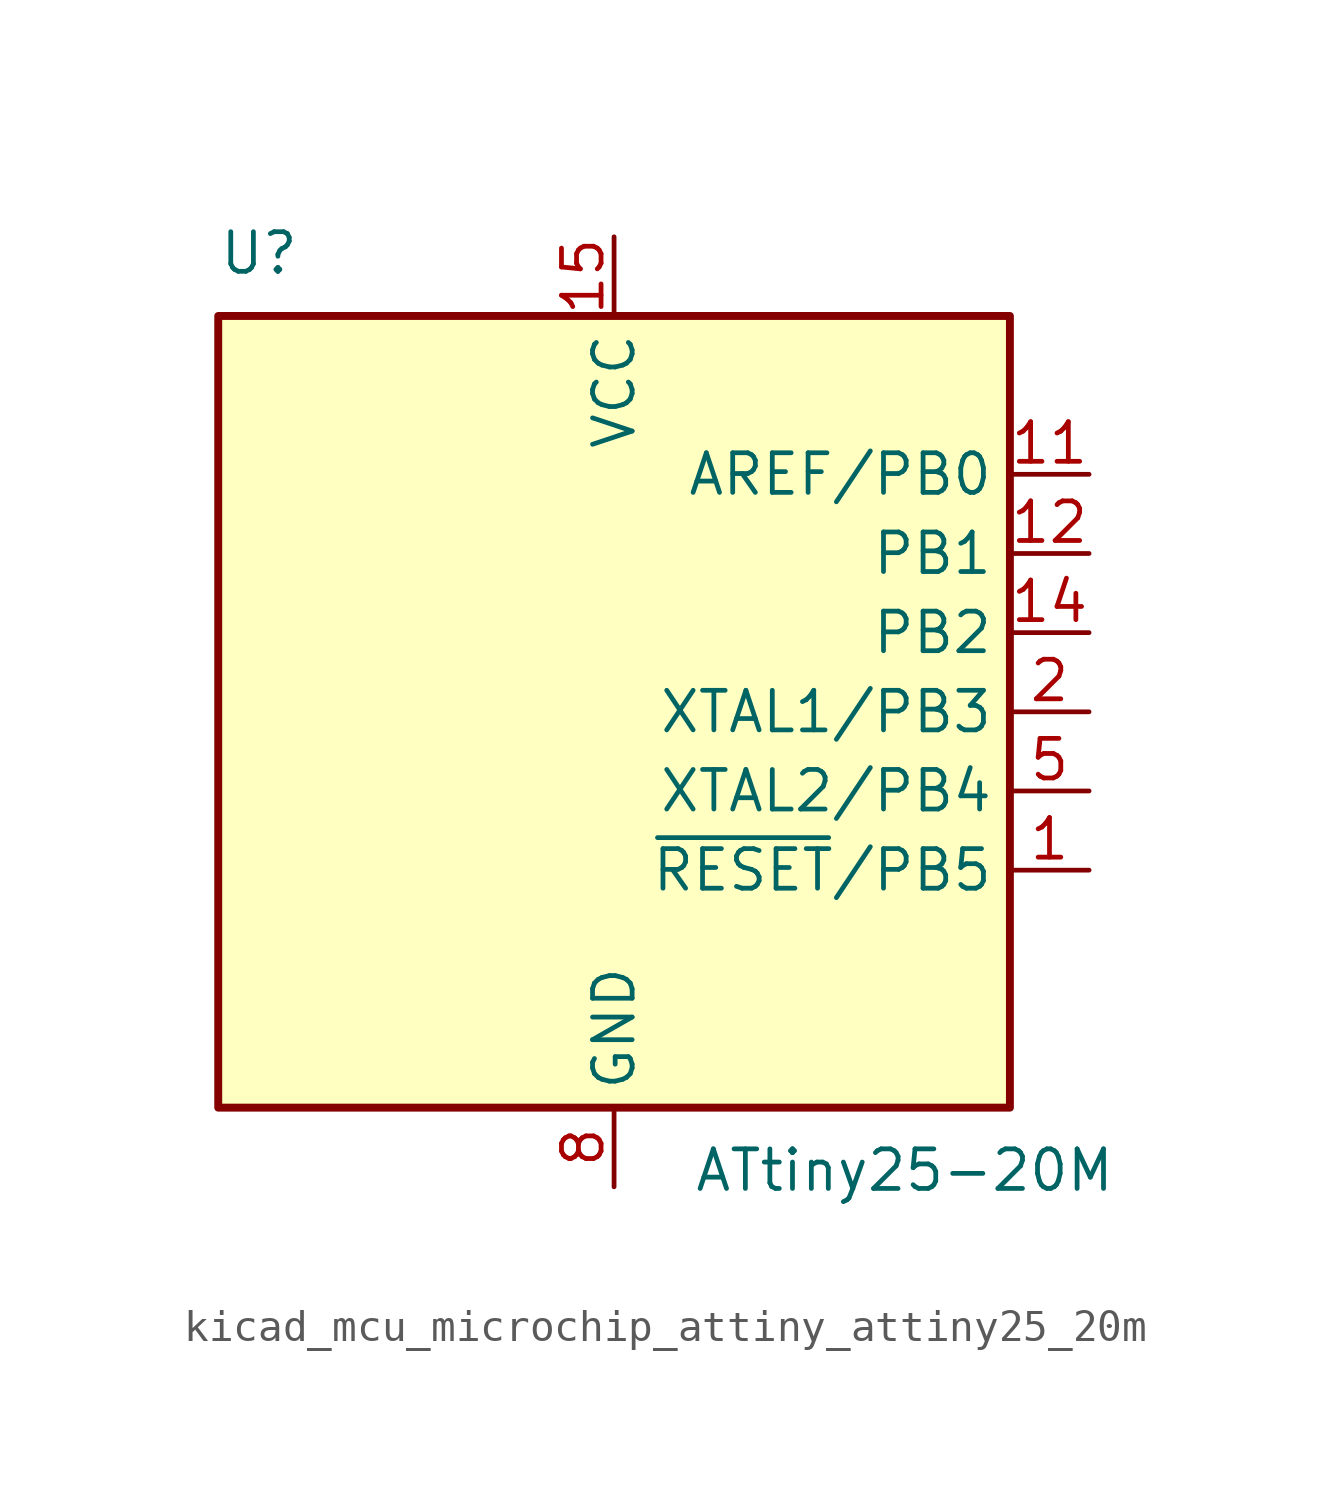
<source format=kicad_sym>
(kicad_symbol_lib
  (version 20220914)
  (generator kicad_symbol_editor)
  (symbol "kicad_mcu_microchip_attiny_attiny25_20m"
    (property "Reference" "U"
      (at -12.7 13.97 0)
      (effects (font (size 1.27 1.27)) (justify left bottom)))
    (property "Value" "ATtiny25-20M"
      (at 2.54 -13.97 0)
      (effects (font (size 1.27 1.27)) (justify left top)))
    (symbol "kicad_mcu_microchip_attiny_attiny25_20m_0_1"
      (rectangle (start -12.7 -12.7) (end 12.7 12.7) (stroke (width 0.254) (type default)) (fill (type background))))
    (symbol "kicad_mcu_microchip_attiny_attiny25_20m_1_1"
      (pin bidirectional line (at 15.24 -5.08 180) (length 2.54) (name "~{RESET}/PB5" (effects (font (size 1.27 1.27)))) (number "1" (effects (font (size 1.27 1.27)))))
      (pin no_connect line (at -12.7 -2.54 0) (length 2.54) hide (name "NC" (effects (font (size 1.27 1.27)))) (number "10" (effects (font (size 1.27 1.27)))))
      (pin bidirectional line (at 15.24 7.62 180) (length 2.54) (name "AREF/PB0" (effects (font (size 1.27 1.27)))) (number "11" (effects (font (size 1.27 1.27)))))
      (pin bidirectional line (at 15.24 5.08 180) (length 2.54) (name "PB1" (effects (font (size 1.27 1.27)))) (number "12" (effects (font (size 1.27 1.27)))))
      (pin no_connect line (at -12.7 -5.08 0) (length 2.54) hide (name "NC" (effects (font (size 1.27 1.27)))) (number "13" (effects (font (size 1.27 1.27)))))
      (pin bidirectional line (at 15.24 2.54 180) (length 2.54) (name "PB2" (effects (font (size 1.27 1.27)))) (number "14" (effects (font (size 1.27 1.27)))))
      (pin power_in line (at 0 15.24 270) (length 2.54) (name "VCC" (effects (font (size 1.27 1.27)))) (number "15" (effects (font (size 1.27 1.27)))))
      (pin no_connect line (at -12.7 -7.62 0) (length 2.54) hide (name "NC" (effects (font (size 1.27 1.27)))) (number "16" (effects (font (size 1.27 1.27)))))
      (pin no_connect line (at -12.7 -10.16 0) (length 2.54) hide (name "NC" (effects (font (size 1.27 1.27)))) (number "17" (effects (font (size 1.27 1.27)))))
      (pin no_connect line (at -7.62 -12.7 90) (length 2.54) hide (name "NC" (effects (font (size 1.27 1.27)))) (number "18" (effects (font (size 1.27 1.27)))))
      (pin no_connect line (at -5.08 -12.7 90) (length 2.54) hide (name "NC" (effects (font (size 1.27 1.27)))) (number "19" (effects (font (size 1.27 1.27)))))
      (pin bidirectional line (at 15.24 0 180) (length 2.54) (name "XTAL1/PB3" (effects (font (size 1.27 1.27)))) (number "2" (effects (font (size 1.27 1.27)))))
      (pin no_connect line (at -2.54 -12.7 90) (length 2.54) hide (name "NC" (effects (font (size 1.27 1.27)))) (number "20" (effects (font (size 1.27 1.27)))))
      (pin passive line (at 0 -15.24 90) (length 2.54) hide (name "GND" (effects (font (size 1.27 1.27)))) (number "21" (effects (font (size 1.27 1.27)))))
      (pin no_connect line (at -12.7 10.16 0) (length 2.54) hide (name "NC" (effects (font (size 1.27 1.27)))) (number "3" (effects (font (size 1.27 1.27)))))
      (pin no_connect line (at -12.7 7.62 0) (length 2.54) hide (name "NC" (effects (font (size 1.27 1.27)))) (number "4" (effects (font (size 1.27 1.27)))))
      (pin bidirectional line (at 15.24 -2.54 180) (length 2.54) (name "XTAL2/PB4" (effects (font (size 1.27 1.27)))) (number "5" (effects (font (size 1.27 1.27)))))
      (pin no_connect line (at -12.7 5.08 0) (length 2.54) hide (name "NC" (effects (font (size 1.27 1.27)))) (number "6" (effects (font (size 1.27 1.27)))))
      (pin no_connect line (at -12.7 2.54 0) (length 2.54) hide (name "NC" (effects (font (size 1.27 1.27)))) (number "7" (effects (font (size 1.27 1.27)))))
      (pin power_in line (at 0 -15.24 90) (length 2.54) (name "GND" (effects (font (size 1.27 1.27)))) (number "8" (effects (font (size 1.27 1.27)))))
      (pin no_connect line (at -12.7 0 0) (length 2.54) hide (name "NC" (effects (font (size 1.27 1.27)))) (number "9" (effects (font (size 1.27 1.27))))))))
</source>
